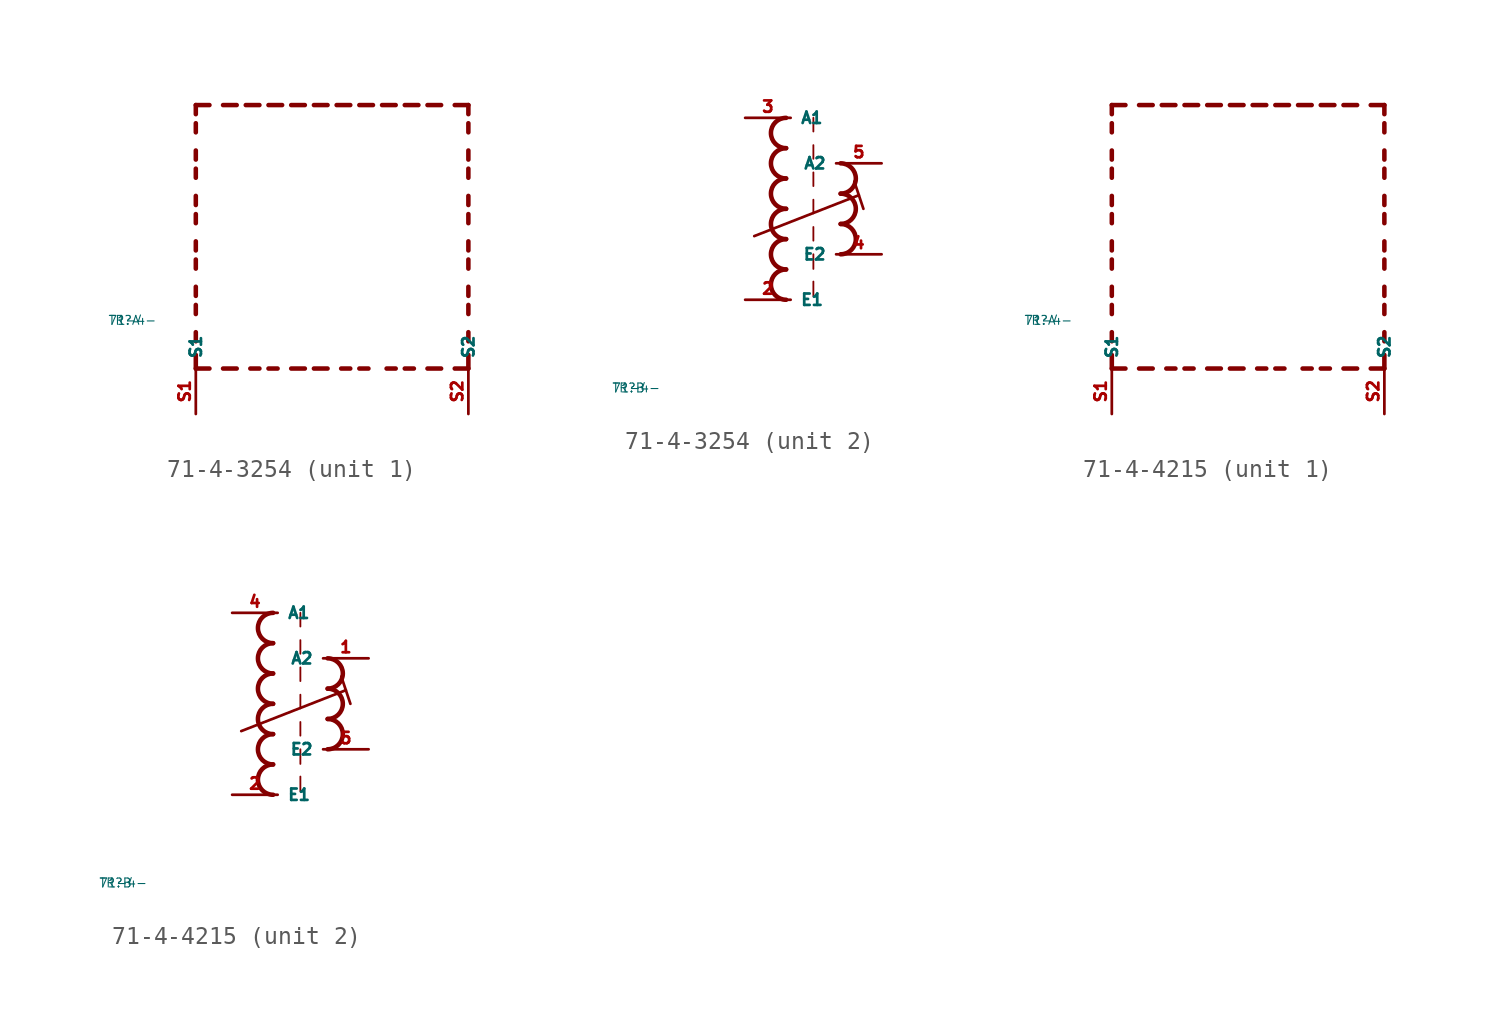
<source format=kicad_sym>
(kicad_symbol_lib
  (version 20220914)
  (generator kicad_symbol_editor)
  (symbol "71-4-3254"
    (property "Reference" "TR"
      (at -10 -10 0)
      (effects (font (size 0.5 0.5) (thickness 0.06)) (justify left)))
    (property "Value" "71-4-"
      (at -10 -10 0)
      (effects (font (size 0.5 0.5) (thickness 0.06)) (justify left)))
    (symbol "71-4-3254_1_0"
      (polyline (pts (xy -5.08 -12.7) (xy -5.08 -11.938)) (stroke (width 0.254) (type default)) (fill (type none)))
      (polyline (pts (xy -5.08 -12.7) (xy -4.318 -12.7)) (stroke (width 0.254) (type default)) (fill (type none)))
      (polyline (pts (xy -5.08 -11.176) (xy -5.08 -10.668)) (stroke (width 0.254) (type default)) (fill (type none)))
      (polyline (pts (xy -5.08 -9.652) (xy -5.08 -9.144)) (stroke (width 0.254) (type default)) (fill (type none)))
      (polyline (pts (xy -5.08 -8.636) (xy -5.08 -8.128)) (stroke (width 0.254) (type default)) (fill (type none)))
      (polyline (pts (xy -5.08 -7.112) (xy -5.08 -6.604)) (stroke (width 0.254) (type default)) (fill (type none)))
      (polyline (pts (xy -5.08 -6.096) (xy -5.08 -5.588)) (stroke (width 0.254) (type default)) (fill (type none)))
      (polyline (pts (xy -5.08 -4.572) (xy -5.08 -4.064)) (stroke (width 0.254) (type default)) (fill (type none)))
      (polyline (pts (xy -5.08 -3.556) (xy -5.08 -3.048)) (stroke (width 0.254) (type default)) (fill (type none)))
      (polyline (pts (xy -5.08 -2.032) (xy -5.08 -1.524)) (stroke (width 0.254) (type default)) (fill (type none)))
      (polyline (pts (xy -5.08 -1.016) (xy -5.08 -0.508)) (stroke (width 0.254) (type default)) (fill (type none)))
      (polyline (pts (xy -5.08 0.508) (xy -5.08 1.016)) (stroke (width 0.254) (type default)) (fill (type none)))
      (polyline (pts (xy -5.08 1.524) (xy -5.08 2.032)) (stroke (width 0.254) (type default)) (fill (type none)))
      (polyline (pts (xy -5.08 2.032) (xy -4.318 2.032)) (stroke (width 0.254) (type default)) (fill (type none)))
      (polyline (pts (xy -3.556 -12.7) (xy -2.794 -12.7)) (stroke (width 0.254) (type default)) (fill (type none)))
      (polyline (pts (xy -3.556 2.032) (xy -2.794 2.032)) (stroke (width 0.254) (type default)) (fill (type none)))
      (polyline (pts (xy -1.524 -12.7) (xy -2.032 -12.7)) (stroke (width 0.254) (type default)) (fill (type none)))
      (polyline (pts (xy -1.524 2.032) (xy -2.286 2.032)) (stroke (width 0.254) (type default)) (fill (type none)))
      (polyline (pts (xy -1.016 2.032) (xy -0.254 2.032)) (stroke (width 0.254) (type default)) (fill (type none)))
      (polyline (pts (xy -0.508 -12.7) (xy -1.016 -12.7)) (stroke (width 0.254) (type default)) (fill (type none)))
      (polyline (pts (xy 1.016 -12.7) (xy 0.254 -12.7)) (stroke (width 0.254) (type default)) (fill (type none)))
      (polyline (pts (xy 1.016 2.032) (xy 0.254 2.032)) (stroke (width 0.254) (type default)) (fill (type none)))
      (polyline (pts (xy 1.524 -12.7) (xy 2.286 -12.7)) (stroke (width 0.254) (type default)) (fill (type none)))
      (polyline (pts (xy 1.524 2.032) (xy 2.286 2.032)) (stroke (width 0.254) (type default)) (fill (type none)))
      (polyline (pts (xy 3.556 -12.7) (xy 3.048 -12.7)) (stroke (width 0.254) (type default)) (fill (type none)))
      (polyline (pts (xy 3.556 2.032) (xy 2.794 2.032)) (stroke (width 0.254) (type default)) (fill (type none)))
      (polyline (pts (xy 4.064 2.032) (xy 4.826 2.032)) (stroke (width 0.254) (type default)) (fill (type none)))
      (polyline (pts (xy 4.572 -12.7) (xy 4.064 -12.7)) (stroke (width 0.254) (type default)) (fill (type none)))
      (polyline (pts (xy 6.096 -12.7) (xy 5.588 -12.7)) (stroke (width 0.254) (type default)) (fill (type none)))
      (polyline (pts (xy 6.096 2.032) (xy 5.334 2.032)) (stroke (width 0.254) (type default)) (fill (type none)))
      (polyline (pts (xy 6.604 2.032) (xy 7.366 2.032)) (stroke (width 0.254) (type default)) (fill (type none)))
      (polyline (pts (xy 7.112 -12.7) (xy 6.604 -12.7)) (stroke (width 0.254) (type default)) (fill (type none)))
      (polyline (pts (xy 8.636 -12.7) (xy 7.874 -12.7)) (stroke (width 0.254) (type default)) (fill (type none)))
      (polyline (pts (xy 8.636 2.032) (xy 7.874 2.032)) (stroke (width 0.254) (type default)) (fill (type none)))
      (polyline (pts (xy 10.16 -12.7) (xy 9.398 -12.7)) (stroke (width 0.254) (type default)) (fill (type none)))
      (polyline (pts (xy 10.16 -12.7) (xy 10.16 -11.938)) (stroke (width 0.254) (type default)) (fill (type none)))
      (polyline (pts (xy 10.16 -11.176) (xy 10.16 -10.668)) (stroke (width 0.254) (type default)) (fill (type none)))
      (polyline (pts (xy 10.16 -9.652) (xy 10.16 -9.144)) (stroke (width 0.254) (type default)) (fill (type none)))
      (polyline (pts (xy 10.16 -8.636) (xy 10.16 -8.128)) (stroke (width 0.254) (type default)) (fill (type none)))
      (polyline (pts (xy 10.16 -7.112) (xy 10.16 -6.604)) (stroke (width 0.254) (type default)) (fill (type none)))
      (polyline (pts (xy 10.16 -6.096) (xy 10.16 -5.588)) (stroke (width 0.254) (type default)) (fill (type none)))
      (polyline (pts (xy 10.16 -4.572) (xy 10.16 -4.064)) (stroke (width 0.254) (type default)) (fill (type none)))
      (polyline (pts (xy 10.16 -3.556) (xy 10.16 -3.048)) (stroke (width 0.254) (type default)) (fill (type none)))
      (polyline (pts (xy 10.16 -2.032) (xy 10.16 -1.524)) (stroke (width 0.254) (type default)) (fill (type none)))
      (polyline (pts (xy 10.16 -1.016) (xy 10.16 -0.508)) (stroke (width 0.254) (type default)) (fill (type none)))
      (polyline (pts (xy 10.16 0.508) (xy 10.16 1.016)) (stroke (width 0.254) (type default)) (fill (type none)))
      (polyline (pts (xy 10.16 1.524) (xy 10.16 2.032)) (stroke (width 0.254) (type default)) (fill (type none)))
      (polyline (pts (xy 10.16 2.032) (xy 9.398 2.032)) (stroke (width 0.254) (type default)) (fill (type none)))
      (pin passive line (at -5.08 -15.24 90) (length 2.54) (name "S1" (effects (font (size 0.635 0.635)))) (number "S1" (effects (font (size 0.635 0.635)))))
      (pin passive line (at 10.16 -15.24 90) (length 2.54) (name "S2" (effects (font (size 0.635 0.635)))) (number "S2" (effects (font (size 0.635 0.635))))))
    (symbol "71-4-3254_2_0"
      (arc (start -0.254 -3.3866) (mid -1.1004 -4.2333) (end -0.254 -5.08) (stroke (width 0.254) (type default)) (fill (type none)))
      (arc (start -0.254 -1.6932) (mid -1.1004 -2.5399) (end -0.254 -3.3866) (stroke (width 0.254) (type default)) (fill (type none)))
      (arc (start -0.254 0) (mid -1.1004 -0.8467) (end -0.254 -1.6934) (stroke (width 0.254) (type default)) (fill (type none)))
      (arc (start -0.254 1.6934) (mid -1.1004 0.8467) (end -0.254 0) (stroke (width 0.254) (type default)) (fill (type none)))
      (arc (start -0.254 3.3866) (mid -1.1002 2.54) (end -0.254 1.6934) (stroke (width 0.254) (type default)) (fill (type none)))
      (arc (start -0.254 5.08) (mid -1.1004 4.2333) (end -0.254 3.3866) (stroke (width 0.254) (type default)) (fill (type none)))
      (polyline (pts (xy -2.032 -1.524) (xy 3.81 0.762)) (stroke (width 0.152) (type default)) (fill (type none)))
      (polyline (pts (xy 1.27 -4.064) (xy 1.27 -4.88)) (stroke (width 0.102) (type default)) (fill (type none)))
      (polyline (pts (xy 1.27 -2.54) (xy 1.27 -3.356)) (stroke (width 0.102) (type default)) (fill (type none)))
      (polyline (pts (xy 1.27 -1.016) (xy 1.27 -1.778)) (stroke (width 0.102) (type default)) (fill (type none)))
      (polyline (pts (xy 1.27 0.508) (xy 1.27 -0.254)) (stroke (width 0.102) (type default)) (fill (type none)))
      (polyline (pts (xy 1.27 2.032) (xy 1.27 1.27)) (stroke (width 0.102) (type default)) (fill (type none)))
      (polyline (pts (xy 1.27 3.556) (xy 1.27 2.794)) (stroke (width 0.102) (type default)) (fill (type none)))
      (polyline (pts (xy 1.27 5.08) (xy 1.27 4.318)) (stroke (width 0.102) (type default)) (fill (type none)))
      (polyline (pts (xy 3.556 1.524) (xy 4.064 0)) (stroke (width 0.152) (type default)) (fill (type none)))
      (arc (start 2.794 -2.54) (mid 3.6404 -1.6933) (end 2.794 -0.8466) (stroke (width 0.254) (type default)) (fill (type none)))
      (arc (start 2.794 -0.8466) (mid 3.6402 0) (end 2.794 0.8466) (stroke (width 0.254) (type default)) (fill (type none)))
      (arc (start 2.794 0.8466) (mid 3.6404 1.6933) (end 2.794 2.54) (stroke (width 0.254) (type default)) (fill (type none)))
      (pin passive line (at -2.54 -5.08 0) (length 2.54) (name "E1" (effects (font (size 0.635 0.635)))) (number "2" (effects (font (size 0.635 0.635)))))
      (pin passive line (at -2.54 5.08 0) (length 2.54) (name "A1" (effects (font (size 0.635 0.635)))) (number "3" (effects (font (size 0.635 0.635)))))
      (pin passive line (at 5.08 -2.54 180) (length 2.54) (name "E2" (effects (font (size 0.635 0.635)))) (number "4" (effects (font (size 0.635 0.635)))))
      (pin passive line (at 5.08 2.54 180) (length 2.54) (name "A2" (effects (font (size 0.635 0.635)))) (number "5" (effects (font (size 0.635 0.635)))))))
  (symbol "71-4-4215"
    (property "Reference" "TR"
      (at -10 -10 0)
      (effects (font (size 0.5 0.5) (thickness 0.06)) (justify left)))
    (property "Value" "71-4-"
      (at -10 -10 0)
      (effects (font (size 0.5 0.5) (thickness 0.06)) (justify left)))
    (symbol "71-4-4215_1_0"
      (polyline (pts (xy -5.08 -12.7) (xy -5.08 -11.938)) (stroke (width 0.254) (type default)) (fill (type none)))
      (polyline (pts (xy -5.08 -12.7) (xy -4.318 -12.7)) (stroke (width 0.254) (type default)) (fill (type none)))
      (polyline (pts (xy -5.08 -11.176) (xy -5.08 -10.668)) (stroke (width 0.254) (type default)) (fill (type none)))
      (polyline (pts (xy -5.08 -9.652) (xy -5.08 -9.144)) (stroke (width 0.254) (type default)) (fill (type none)))
      (polyline (pts (xy -5.08 -8.636) (xy -5.08 -8.128)) (stroke (width 0.254) (type default)) (fill (type none)))
      (polyline (pts (xy -5.08 -7.112) (xy -5.08 -6.604)) (stroke (width 0.254) (type default)) (fill (type none)))
      (polyline (pts (xy -5.08 -6.096) (xy -5.08 -5.588)) (stroke (width 0.254) (type default)) (fill (type none)))
      (polyline (pts (xy -5.08 -4.572) (xy -5.08 -4.064)) (stroke (width 0.254) (type default)) (fill (type none)))
      (polyline (pts (xy -5.08 -3.556) (xy -5.08 -3.048)) (stroke (width 0.254) (type default)) (fill (type none)))
      (polyline (pts (xy -5.08 -2.032) (xy -5.08 -1.524)) (stroke (width 0.254) (type default)) (fill (type none)))
      (polyline (pts (xy -5.08 -1.016) (xy -5.08 -0.508)) (stroke (width 0.254) (type default)) (fill (type none)))
      (polyline (pts (xy -5.08 0.508) (xy -5.08 1.016)) (stroke (width 0.254) (type default)) (fill (type none)))
      (polyline (pts (xy -5.08 1.524) (xy -5.08 2.032)) (stroke (width 0.254) (type default)) (fill (type none)))
      (polyline (pts (xy -5.08 2.032) (xy -4.318 2.032)) (stroke (width 0.254) (type default)) (fill (type none)))
      (polyline (pts (xy -3.556 -12.7) (xy -2.794 -12.7)) (stroke (width 0.254) (type default)) (fill (type none)))
      (polyline (pts (xy -3.556 2.032) (xy -2.794 2.032)) (stroke (width 0.254) (type default)) (fill (type none)))
      (polyline (pts (xy -1.524 -12.7) (xy -2.032 -12.7)) (stroke (width 0.254) (type default)) (fill (type none)))
      (polyline (pts (xy -1.524 2.032) (xy -2.286 2.032)) (stroke (width 0.254) (type default)) (fill (type none)))
      (polyline (pts (xy -1.016 2.032) (xy -0.254 2.032)) (stroke (width 0.254) (type default)) (fill (type none)))
      (polyline (pts (xy -0.508 -12.7) (xy -1.016 -12.7)) (stroke (width 0.254) (type default)) (fill (type none)))
      (polyline (pts (xy 1.016 -12.7) (xy 0.254 -12.7)) (stroke (width 0.254) (type default)) (fill (type none)))
      (polyline (pts (xy 1.016 2.032) (xy 0.254 2.032)) (stroke (width 0.254) (type default)) (fill (type none)))
      (polyline (pts (xy 1.524 -12.7) (xy 2.286 -12.7)) (stroke (width 0.254) (type default)) (fill (type none)))
      (polyline (pts (xy 1.524 2.032) (xy 2.286 2.032)) (stroke (width 0.254) (type default)) (fill (type none)))
      (polyline (pts (xy 3.556 -12.7) (xy 3.048 -12.7)) (stroke (width 0.254) (type default)) (fill (type none)))
      (polyline (pts (xy 3.556 2.032) (xy 2.794 2.032)) (stroke (width 0.254) (type default)) (fill (type none)))
      (polyline (pts (xy 4.064 2.032) (xy 4.826 2.032)) (stroke (width 0.254) (type default)) (fill (type none)))
      (polyline (pts (xy 4.572 -12.7) (xy 4.064 -12.7)) (stroke (width 0.254) (type default)) (fill (type none)))
      (polyline (pts (xy 6.096 -12.7) (xy 5.588 -12.7)) (stroke (width 0.254) (type default)) (fill (type none)))
      (polyline (pts (xy 6.096 2.032) (xy 5.334 2.032)) (stroke (width 0.254) (type default)) (fill (type none)))
      (polyline (pts (xy 6.604 2.032) (xy 7.366 2.032)) (stroke (width 0.254) (type default)) (fill (type none)))
      (polyline (pts (xy 7.112 -12.7) (xy 6.604 -12.7)) (stroke (width 0.254) (type default)) (fill (type none)))
      (polyline (pts (xy 8.636 -12.7) (xy 7.874 -12.7)) (stroke (width 0.254) (type default)) (fill (type none)))
      (polyline (pts (xy 8.636 2.032) (xy 7.874 2.032)) (stroke (width 0.254) (type default)) (fill (type none)))
      (polyline (pts (xy 10.16 -12.7) (xy 9.398 -12.7)) (stroke (width 0.254) (type default)) (fill (type none)))
      (polyline (pts (xy 10.16 -12.7) (xy 10.16 -11.938)) (stroke (width 0.254) (type default)) (fill (type none)))
      (polyline (pts (xy 10.16 -11.176) (xy 10.16 -10.668)) (stroke (width 0.254) (type default)) (fill (type none)))
      (polyline (pts (xy 10.16 -9.652) (xy 10.16 -9.144)) (stroke (width 0.254) (type default)) (fill (type none)))
      (polyline (pts (xy 10.16 -8.636) (xy 10.16 -8.128)) (stroke (width 0.254) (type default)) (fill (type none)))
      (polyline (pts (xy 10.16 -7.112) (xy 10.16 -6.604)) (stroke (width 0.254) (type default)) (fill (type none)))
      (polyline (pts (xy 10.16 -6.096) (xy 10.16 -5.588)) (stroke (width 0.254) (type default)) (fill (type none)))
      (polyline (pts (xy 10.16 -4.572) (xy 10.16 -4.064)) (stroke (width 0.254) (type default)) (fill (type none)))
      (polyline (pts (xy 10.16 -3.556) (xy 10.16 -3.048)) (stroke (width 0.254) (type default)) (fill (type none)))
      (polyline (pts (xy 10.16 -2.032) (xy 10.16 -1.524)) (stroke (width 0.254) (type default)) (fill (type none)))
      (polyline (pts (xy 10.16 -1.016) (xy 10.16 -0.508)) (stroke (width 0.254) (type default)) (fill (type none)))
      (polyline (pts (xy 10.16 0.508) (xy 10.16 1.016)) (stroke (width 0.254) (type default)) (fill (type none)))
      (polyline (pts (xy 10.16 1.524) (xy 10.16 2.032)) (stroke (width 0.254) (type default)) (fill (type none)))
      (polyline (pts (xy 10.16 2.032) (xy 9.398 2.032)) (stroke (width 0.254) (type default)) (fill (type none)))
      (pin passive line (at -5.08 -15.24 90) (length 2.54) (name "S1" (effects (font (size 0.635 0.635)))) (number "S1" (effects (font (size 0.635 0.635)))))
      (pin passive line (at 10.16 -15.24 90) (length 2.54) (name "S2" (effects (font (size 0.635 0.635)))) (number "S2" (effects (font (size 0.635 0.635))))))
    (symbol "71-4-4215_2_0"
      (arc (start -0.254 -3.3866) (mid -1.1004 -4.2333) (end -0.254 -5.08) (stroke (width 0.254) (type default)) (fill (type none)))
      (arc (start -0.254 -1.6932) (mid -1.1004 -2.5399) (end -0.254 -3.3866) (stroke (width 0.254) (type default)) (fill (type none)))
      (arc (start -0.254 0) (mid -1.1004 -0.8467) (end -0.254 -1.6934) (stroke (width 0.254) (type default)) (fill (type none)))
      (arc (start -0.254 1.6934) (mid -1.1004 0.8467) (end -0.254 0) (stroke (width 0.254) (type default)) (fill (type none)))
      (arc (start -0.254 3.3866) (mid -1.1002 2.54) (end -0.254 1.6934) (stroke (width 0.254) (type default)) (fill (type none)))
      (arc (start -0.254 5.08) (mid -1.1004 4.2333) (end -0.254 3.3866) (stroke (width 0.254) (type default)) (fill (type none)))
      (polyline (pts (xy -2.032 -1.524) (xy 3.81 0.762)) (stroke (width 0.152) (type default)) (fill (type none)))
      (polyline (pts (xy 1.27 -4.064) (xy 1.27 -4.88)) (stroke (width 0.102) (type default)) (fill (type none)))
      (polyline (pts (xy 1.27 -2.54) (xy 1.27 -3.356)) (stroke (width 0.102) (type default)) (fill (type none)))
      (polyline (pts (xy 1.27 -1.016) (xy 1.27 -1.778)) (stroke (width 0.102) (type default)) (fill (type none)))
      (polyline (pts (xy 1.27 0.508) (xy 1.27 -0.254)) (stroke (width 0.102) (type default)) (fill (type none)))
      (polyline (pts (xy 1.27 2.032) (xy 1.27 1.27)) (stroke (width 0.102) (type default)) (fill (type none)))
      (polyline (pts (xy 1.27 3.556) (xy 1.27 2.794)) (stroke (width 0.102) (type default)) (fill (type none)))
      (polyline (pts (xy 1.27 5.08) (xy 1.27 4.318)) (stroke (width 0.102) (type default)) (fill (type none)))
      (polyline (pts (xy 3.556 1.524) (xy 4.064 0)) (stroke (width 0.152) (type default)) (fill (type none)))
      (arc (start 2.794 -2.54) (mid 3.6404 -1.6933) (end 2.794 -0.8466) (stroke (width 0.254) (type default)) (fill (type none)))
      (arc (start 2.794 -0.8466) (mid 3.6402 0) (end 2.794 0.8466) (stroke (width 0.254) (type default)) (fill (type none)))
      (arc (start 2.794 0.8466) (mid 3.6404 1.6933) (end 2.794 2.54) (stroke (width 0.254) (type default)) (fill (type none)))
      (pin passive line (at 5.08 2.54 180) (length 2.54) (name "A2" (effects (font (size 0.635 0.635)))) (number "1" (effects (font (size 0.635 0.635)))))
      (pin passive line (at -2.54 -5.08 0) (length 2.54) (name "E1" (effects (font (size 0.635 0.635)))) (number "2" (effects (font (size 0.635 0.635)))))
      (pin passive line (at -2.54 5.08 0) (length 2.54) (name "A1" (effects (font (size 0.635 0.635)))) (number "4" (effects (font (size 0.635 0.635)))))
      (pin passive line (at 5.08 -2.54 180) (length 2.54) (name "E2" (effects (font (size 0.635 0.635)))) (number "5" (effects (font (size 0.635 0.635))))))))
</source>
